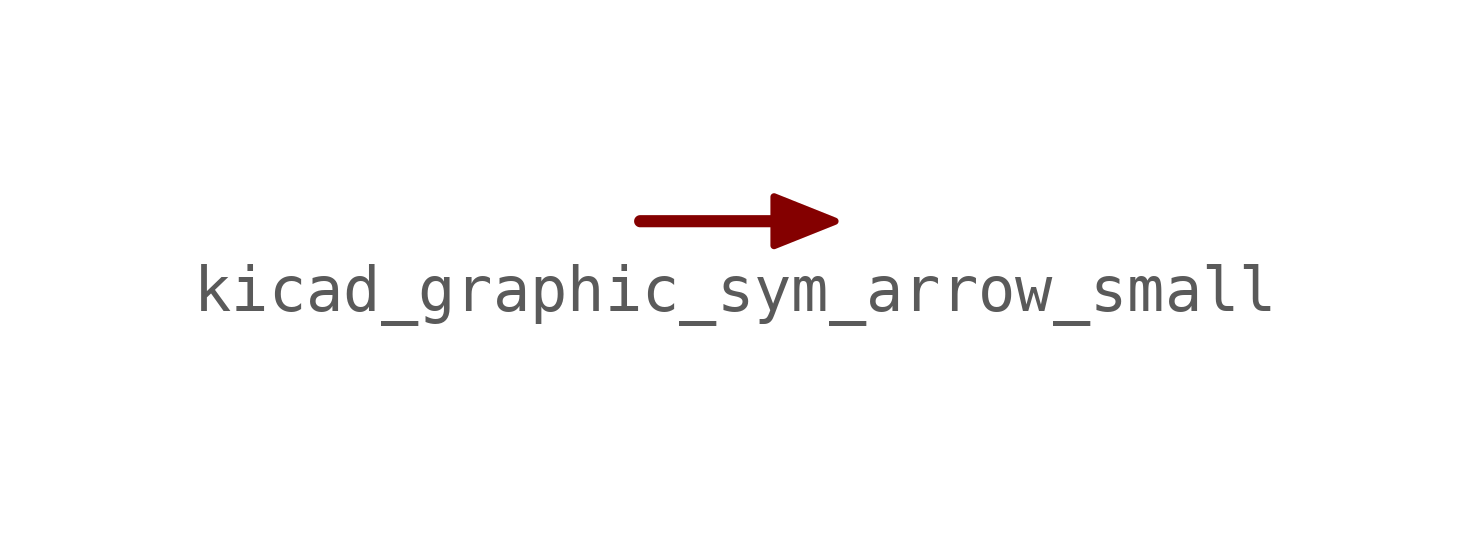
<source format=kicad_sym>
(kicad_symbol_lib
  (version 20220914)
  (generator kicad_symbol_editor)
  (symbol "kicad_graphic_sym_arrow_small"
    (property "Reference" "#SYM"
      (at 0 1.524 0)
      (effects (font (size 1.27 1.27)) hide))
    (symbol "kicad_graphic_sym_arrow_small_0_1"
      (polyline (pts (xy 1.524 0) (xy -2.032 0)) (stroke (width 0.254) (type default)) (fill (type none)))
      (polyline (pts (xy 2.032 0) (xy 0.762 -0.508) (xy 0.762 0.508) (xy 2.032 0)) (stroke (width 0) (type default)) (fill (type outline))))))
</source>
